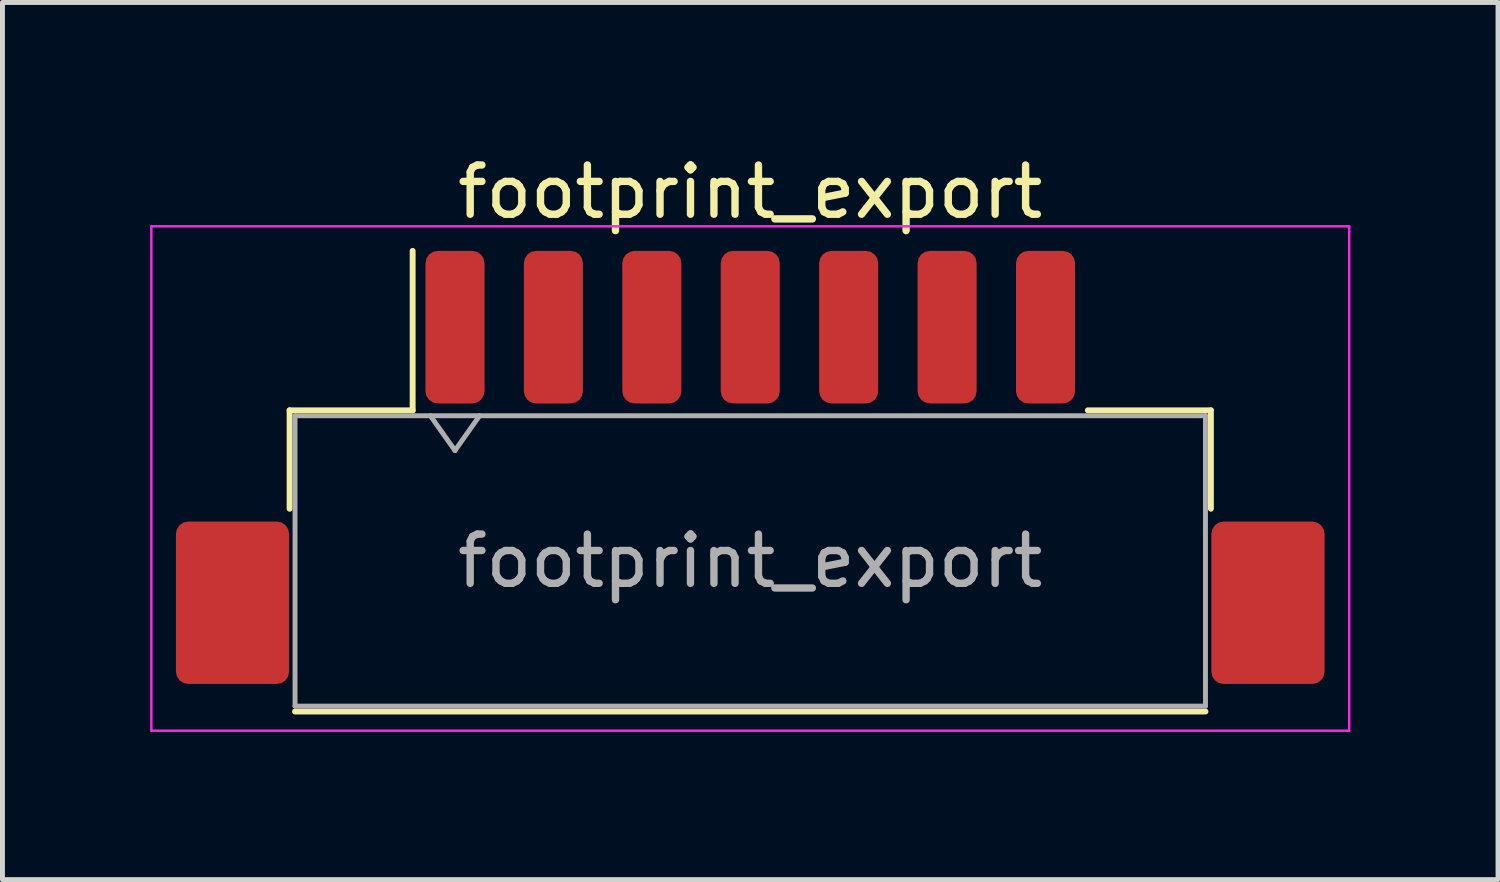
<source format=kicad_pcb>
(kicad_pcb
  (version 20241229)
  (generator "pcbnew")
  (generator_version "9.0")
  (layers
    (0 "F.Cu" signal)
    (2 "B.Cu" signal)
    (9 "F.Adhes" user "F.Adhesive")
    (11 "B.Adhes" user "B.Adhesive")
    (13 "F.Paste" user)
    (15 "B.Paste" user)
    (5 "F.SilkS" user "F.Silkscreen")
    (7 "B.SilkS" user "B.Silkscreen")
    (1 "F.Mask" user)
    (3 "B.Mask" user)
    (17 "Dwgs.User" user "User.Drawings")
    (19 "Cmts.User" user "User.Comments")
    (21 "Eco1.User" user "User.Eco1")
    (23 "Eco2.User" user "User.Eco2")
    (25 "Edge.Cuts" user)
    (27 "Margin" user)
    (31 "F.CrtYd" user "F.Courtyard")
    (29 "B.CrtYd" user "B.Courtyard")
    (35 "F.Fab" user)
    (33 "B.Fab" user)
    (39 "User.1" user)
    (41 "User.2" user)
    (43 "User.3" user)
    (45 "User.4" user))
  (footprint "footprint_export"
    (layer "F.Cu")
    (at 12.195 6.448)
    (property "Reference" "footprint_export" (at 0 -5.6 0) (layer "F.SilkS") (effects (font (size 1 1) (thickness 0.15))))
    (attr smd)
    (fp_line (start -9.36 -1.16) (end -6.86 -1.16) (stroke (width 0.12) (type solid)) (layer "F.SilkS"))
    (fp_line (start -9.36 0.84) (end -9.36 -1.16) (stroke (width 0.12) (type solid)) (layer "F.SilkS"))
    (fp_line (start -9.25 4.96) (end 9.25 4.96) (stroke (width 0.12) (type solid)) (layer "F.SilkS"))
    (fp_line (start -6.86 -1.16) (end -6.86 -4.4) (stroke (width 0.12) (type solid)) (layer "F.SilkS"))
    (fp_line (start 9.36 -1.16) (end 6.86 -1.16) (stroke (width 0.12) (type solid)) (layer "F.SilkS"))
    (fp_line (start 9.36 0.84) (end 9.36 -1.16) (stroke (width 0.12) (type solid)) (layer "F.SilkS"))
    (fp_line (start -12.17 -4.9) (end -12.17 5.35) (stroke (width 0.05) (type solid)) (layer "F.CrtYd"))
    (fp_line (start -12.17 5.35) (end 12.17 5.35) (stroke (width 0.05) (type solid)) (layer "F.CrtYd"))
    (fp_line (start 12.17 -4.9) (end -12.17 -4.9) (stroke (width 0.05) (type solid)) (layer "F.CrtYd"))
    (fp_line (start 12.17 5.35) (end 12.17 -4.9) (stroke (width 0.05) (type solid)) (layer "F.CrtYd"))
    (fp_line (start -9.25 -1.05) (end -9.25 4.85) (stroke (width 0.1) (type solid)) (layer "F.Fab"))
    (fp_line (start -9.25 -1.05) (end 9.25 -1.05) (stroke (width 0.1) (type solid)) (layer "F.Fab"))
    (fp_line (start -9.25 4.85) (end 9.25 4.85) (stroke (width 0.1) (type solid)) (layer "F.Fab"))
    (fp_line (start -6.5 -1.05) (end -6 -0.343) (stroke (width 0.1) (type solid)) (layer "F.Fab"))
    (fp_line (start -6 -0.343) (end -5.5 -1.05) (stroke (width 0.1) (type solid)) (layer "F.Fab"))
    (fp_line (start 9.25 -1.05) (end 9.25 4.85) (stroke (width 0.1) (type solid)) (layer "F.Fab"))
    (fp_text user "${REFERENCE}" (at 0 1.9 0) (layer "F.Fab") (effects (font (size 1 1) (thickness 0.15))))
    (pad "1" smd roundrect (at -6 -2.85) (size 1.2 3.1) (layers "F.Cu" "F.Mask" "F.Paste") (roundrect_rratio 0.208))
    (pad "2" smd roundrect (at -4 -2.85) (size 1.2 3.1) (layers "F.Cu" "F.Mask" "F.Paste") (roundrect_rratio 0.208))
    (pad "3" smd roundrect (at -2 -2.85) (size 1.2 3.1) (layers "F.Cu" "F.Mask" "F.Paste") (roundrect_rratio 0.208))
    (pad "4" smd roundrect (at 0 -2.85) (size 1.2 3.1) (layers "F.Cu" "F.Mask" "F.Paste") (roundrect_rratio 0.208))
    (pad "5" smd roundrect (at 2 -2.85) (size 1.2 3.1) (layers "F.Cu" "F.Mask" "F.Paste") (roundrect_rratio 0.208))
    (pad "6" smd roundrect (at 4 -2.85) (size 1.2 3.1) (layers "F.Cu" "F.Mask" "F.Paste") (roundrect_rratio 0.208))
    (pad "7" smd roundrect (at 6 -2.85) (size 1.2 3.1) (layers "F.Cu" "F.Mask" "F.Paste") (roundrect_rratio 0.208))
    (pad "MP" smd roundrect (at -10.52 2.75) (size 2.3 3.3) (layers "F.Cu" "F.Mask" "F.Paste") (roundrect_rratio 0.109))
    (pad "MP" smd roundrect (at 10.52 2.75) (size 2.3 3.3) (layers "F.Cu" "F.Mask" "F.Paste") (roundrect_rratio 0.109)))
  (gr_rect
    (start -3 -3)
    (end 27.39 14.823)
    (stroke (width 0.1) (type default))
    (fill no)
    (layer "Edge.Cuts")))
</source>
